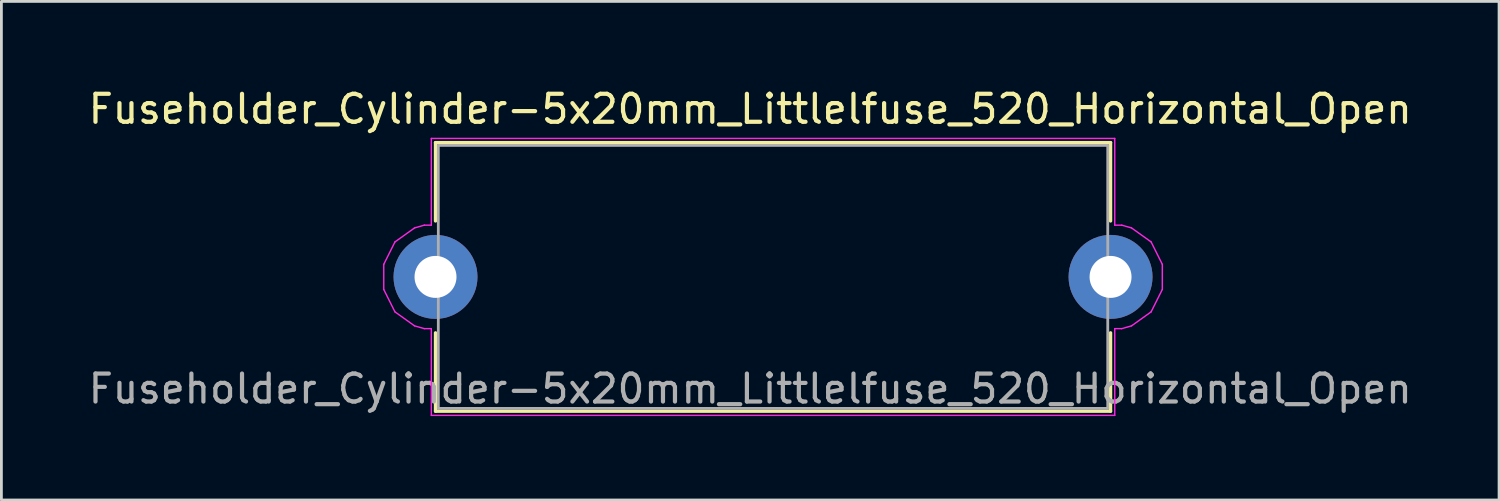
<source format=kicad_pcb>
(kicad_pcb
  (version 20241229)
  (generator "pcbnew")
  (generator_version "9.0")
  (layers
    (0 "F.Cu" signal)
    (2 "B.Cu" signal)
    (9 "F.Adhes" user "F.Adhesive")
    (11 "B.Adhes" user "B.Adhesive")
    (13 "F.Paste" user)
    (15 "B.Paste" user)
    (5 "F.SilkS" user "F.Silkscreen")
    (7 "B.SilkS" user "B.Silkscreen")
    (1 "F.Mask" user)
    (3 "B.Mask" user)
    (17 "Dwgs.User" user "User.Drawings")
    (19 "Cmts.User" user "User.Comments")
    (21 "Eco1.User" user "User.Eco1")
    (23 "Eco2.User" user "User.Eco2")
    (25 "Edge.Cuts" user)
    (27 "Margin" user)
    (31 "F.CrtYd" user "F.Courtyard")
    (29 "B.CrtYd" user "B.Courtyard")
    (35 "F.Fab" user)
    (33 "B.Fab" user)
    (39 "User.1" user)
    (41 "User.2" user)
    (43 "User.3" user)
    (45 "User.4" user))
  (footprint "Fuseholder_Cylinder-5x20mm_Littlelfuse_520_Horizontal_Open"
    (layer "F.Cu")
    (at 12.518 6.848)
    (property "Reference" "Fuseholder_Cylinder-5x20mm_Littlelfuse_520_Horizontal_Open" (at 11.25 -6 0) (layer "F.SilkS") (effects (font (size 1 1) (thickness 0.15))))
    (attr through_hole)
    (fp_line (start 0 -4.8) (end 24.13 -4.8) (stroke (width 0.12) (type solid)) (layer "F.SilkS"))
    (fp_line (start 0 -2) (end 0 -4.8) (stroke (width 0.12) (type solid)) (layer "F.SilkS"))
    (fp_line (start 0 4.8) (end 0 2) (stroke (width 0.12) (type solid)) (layer "F.SilkS"))
    (fp_line (start 0 4.8) (end 24.13 4.8) (stroke (width 0.12) (type solid)) (layer "F.SilkS"))
    (fp_line (start 24.13 -2) (end 24.13 -4.8) (stroke (width 0.12) (type solid)) (layer "F.SilkS"))
    (fp_line (start 24.13 4.8) (end 24.13 2) (stroke (width 0.12) (type solid)) (layer "F.SilkS"))
    (fp_line (start -1.85 -0.45) (end -1.85 0.45) (stroke (width 0.05) (type solid)) (layer "F.CrtYd"))
    (fp_line (start -1.85 -0.45) (end -1.45 -1.25) (stroke (width 0.05) (type solid)) (layer "F.CrtYd"))
    (fp_line (start -1.45 1.25) (end -1.85 0.45) (stroke (width 0.05) (type solid)) (layer "F.CrtYd"))
    (fp_line (start -1.45 1.25) (end -0.75 1.75) (stroke (width 0.05) (type solid)) (layer "F.CrtYd"))
    (fp_line (start -0.75 -1.75) (end -1.45 -1.25) (stroke (width 0.05) (type solid)) (layer "F.CrtYd"))
    (fp_line (start -0.75 1.75) (end -0.4 1.85) (stroke (width 0.05) (type solid)) (layer "F.CrtYd"))
    (fp_line (start -0.4 -1.85) (end -0.75 -1.75) (stroke (width 0.05) (type solid)) (layer "F.CrtYd"))
    (fp_line (start -0.4 1.85) (end -0.15 1.85) (stroke (width 0.05) (type solid)) (layer "F.CrtYd"))
    (fp_line (start -0.15 -4.95) (end 24.28 -4.95) (stroke (width 0.05) (type solid)) (layer "F.CrtYd"))
    (fp_line (start -0.15 -1.85) (end -0.4 -1.85) (stroke (width 0.05) (type solid)) (layer "F.CrtYd"))
    (fp_line (start -0.15 -1.85) (end -0.15 -4.95) (stroke (width 0.05) (type solid)) (layer "F.CrtYd"))
    (fp_line (start -0.15 4.95) (end -0.15 1.85) (stroke (width 0.05) (type solid)) (layer "F.CrtYd"))
    (fp_line (start 24.28 -1.85) (end 24.28 -4.95) (stroke (width 0.05) (type solid)) (layer "F.CrtYd"))
    (fp_line (start 24.28 -1.85) (end 24.53 -1.85) (stroke (width 0.05) (type solid)) (layer "F.CrtYd"))
    (fp_line (start 24.28 1.85) (end 24.28 4.95) (stroke (width 0.05) (type solid)) (layer "F.CrtYd"))
    (fp_line (start 24.28 1.85) (end 24.53 1.85) (stroke (width 0.05) (type solid)) (layer "F.CrtYd"))
    (fp_line (start 24.28 4.95) (end -0.15 4.95) (stroke (width 0.05) (type solid)) (layer "F.CrtYd"))
    (fp_line (start 24.53 1.85) (end 24.88 1.75) (stroke (width 0.05) (type solid)) (layer "F.CrtYd"))
    (fp_line (start 24.88 -1.75) (end 24.53 -1.85) (stroke (width 0.05) (type solid)) (layer "F.CrtYd"))
    (fp_line (start 24.88 1.75) (end 25.58 1.25) (stroke (width 0.05) (type solid)) (layer "F.CrtYd"))
    (fp_line (start 25.58 -1.25) (end 24.88 -1.75) (stroke (width 0.05) (type solid)) (layer "F.CrtYd"))
    (fp_line (start 25.58 1.25) (end 25.98 0.45) (stroke (width 0.05) (type solid)) (layer "F.CrtYd"))
    (fp_line (start 25.98 -0.45) (end 25.58 -1.25) (stroke (width 0.05) (type solid)) (layer "F.CrtYd"))
    (fp_line (start 25.98 0.45) (end 25.98 -0.45) (stroke (width 0.05) (type solid)) (layer "F.CrtYd"))
    (fp_line (start 0.1 -4.7) (end 0.1 4.7) (stroke (width 0.1) (type solid)) (layer "F.Fab"))
    (fp_line (start 0.1 4.7) (end 24.03 4.7) (stroke (width 0.1) (type solid)) (layer "F.Fab"))
    (fp_line (start 24.03 -4.7) (end 0.1 -4.7) (stroke (width 0.1) (type solid)) (layer "F.Fab"))
    (fp_line (start 24.03 4.7) (end 24.03 -4.7) (stroke (width 0.1) (type solid)) (layer "F.Fab"))
    (fp_text user "${REFERENCE}" (at 11.25 4 0) (layer "F.Fab") (effects (font (size 1 1) (thickness 0.15))))
    (pad "1" thru_hole circle (at 0 0) (size 3 3) (drill 1.5) (layers "*.Cu" "*.Mask"))
    (pad "2" thru_hole circle (at 24.13 0) (size 3 3) (drill 1.5) (layers "*.Cu" "*.Mask")))
  (gr_rect
    (start -3 -3)
    (end 50.536 14.823)
    (stroke (width 0.1) (type default))
    (fill no)
    (layer "Edge.Cuts")))
</source>
